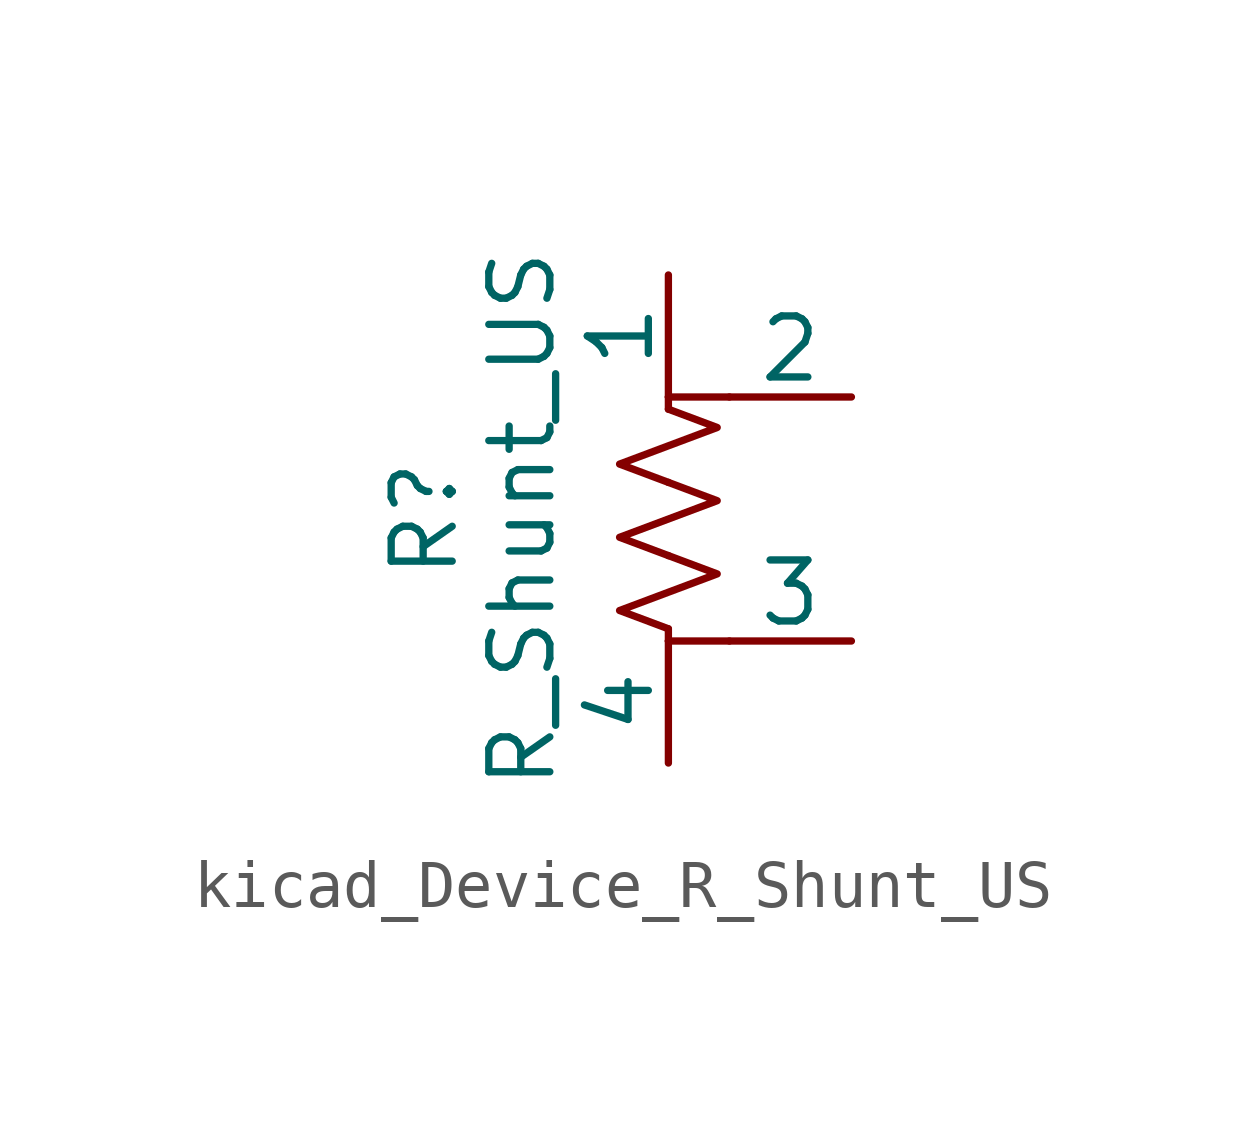
<source format=kicad_sym>
(kicad_symbol_lib
  (version 20220914)
  (generator kicad_symbol_editor)
  (symbol "kicad_Device_R_Shunt_US"
    (pin_numbers hide)
    (pin_names
      (offset 0))
    (property "Reference" "R"
      (at -5.08 0 90)
      (effects (font (size 1.27 1.27))))
    (property "Value" "R_Shunt_US"
      (at -3.048 0 90)
      (effects (font (size 1.27 1.27))))
    (symbol "kicad_Device_R_Shunt_US_1_1"
      (polyline (pts (xy 0 -2.54) (xy 1.27 -2.54)) (stroke (width 0) (type default)) (fill (type none)))
      (polyline (pts (xy 0 -2.286) (xy 0 -2.54)) (stroke (width 0) (type default)) (fill (type none)))
      (polyline (pts (xy 0 2.286) (xy 0 2.54)) (stroke (width 0) (type default)) (fill (type none)))
      (polyline (pts (xy 1.27 2.54) (xy 0 2.54)) (stroke (width 0) (type default)) (fill (type none)))
      (polyline (pts (xy 0 -0.762) (xy 1.016 -1.143) (xy 0 -1.524) (xy -1.016 -1.905) (xy 0 -2.286)) (stroke (width 0) (type default)) (fill (type none)))
      (polyline (pts (xy 0 0.762) (xy 1.016 0.381) (xy 0 0) (xy -1.016 -0.381) (xy 0 -0.762)) (stroke (width 0) (type default)) (fill (type none)))
      (polyline (pts (xy 0 2.286) (xy 1.016 1.905) (xy 0 1.524) (xy -1.016 1.143) (xy 0 0.762)) (stroke (width 0) (type default)) (fill (type none)))
      (pin passive line (at 0 5.08 270) (length 2.54) (name "1" (effects (font (size 1.27 1.27)))) (number "1" (effects (font (size 1.27 1.27)))))
      (pin passive line (at 3.81 2.54 180) (length 2.54) (name "2" (effects (font (size 1.27 1.27)))) (number "2" (effects (font (size 1.27 1.27)))))
      (pin passive line (at 3.81 -2.54 180) (length 2.54) (name "3" (effects (font (size 1.27 1.27)))) (number "3" (effects (font (size 1.27 1.27)))))
      (pin passive line (at 0 -5.08 90) (length 2.54) (name "4" (effects (font (size 1.27 1.27)))) (number "4" (effects (font (size 1.27 1.27))))))))
</source>
